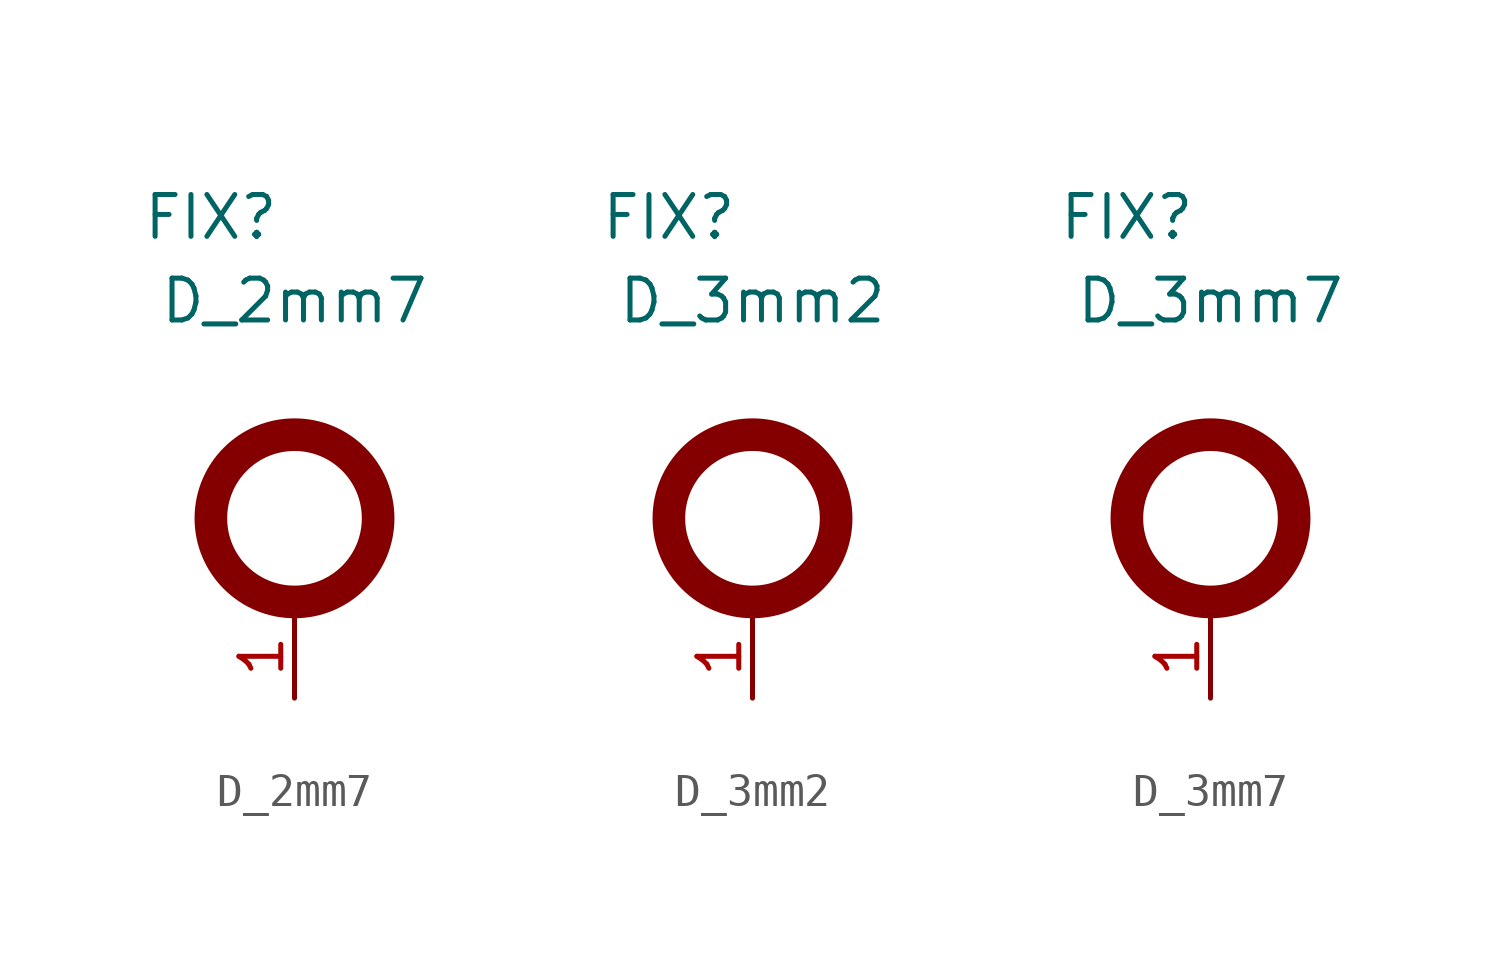
<source format=kicad_sym>
(kicad_symbol_lib
  (version 20211014)
  (generator kicad_symbol_editor)
  (symbol "D_2mm7"
    (pin_names
      (offset 1.016) hide)
    (property "Reference" "FIX"
      (at -2.54 14.605 0)
      (effects (font (size 1.27 1.27))))
    (property "Value" "D_2mm7"
      (at 0 12.065 0)
      (effects (font (size 1.27 1.27))))
    (property "Datasheet" ""
      (at 0 0 0)
      (effects (font (size 1.27 1.27))))
    (symbol "D_2mm7_0_1"
      (circle (center 0 5.461) (radius 2.54) (stroke (width 0.991) (type default) (color 0 0 0 0)) (fill (type none))))
    (symbol "D_2mm7_1_1"
      (pin passive line (at 0 0 90) (length 2.54) (name "1" (effects (font (size 1.27 1.27)))) (number "1" (effects (font (size 1.27 1.27)))))))
  (symbol "D_3mm2"
    (pin_names
      (offset 1.016) hide)
    (property "Reference" "FIX"
      (at -2.54 14.605 0)
      (effects (font (size 1.27 1.27))))
    (property "Value" "D_3mm2"
      (at 0 12.065 0)
      (effects (font (size 1.27 1.27))))
    (property "Datasheet" ""
      (at 0 0 0)
      (effects (font (size 1.27 1.27))))
    (symbol "D_3mm2_0_1"
      (circle (center 0 5.461) (radius 2.54) (stroke (width 0.991) (type default) (color 0 0 0 0)) (fill (type none))))
    (symbol "D_3mm2_1_1"
      (pin passive line (at 0 0 90) (length 2.54) (name "1" (effects (font (size 1.27 1.27)))) (number "1" (effects (font (size 1.27 1.27)))))))
  (symbol "D_3mm7"
    (pin_names
      (offset 1.016) hide)
    (property "Reference" "FIX"
      (at -2.54 14.605 0)
      (effects (font (size 1.27 1.27))))
    (property "Value" "D_3mm7"
      (at 0 12.065 0)
      (effects (font (size 1.27 1.27))))
    (property "Datasheet" ""
      (at 0 0 0)
      (effects (font (size 1.27 1.27))))
    (symbol "D_3mm7_0_1"
      (circle (center 0 5.461) (radius 2.54) (stroke (width 0.991) (type default) (color 0 0 0 0)) (fill (type none))))
    (symbol "D_3mm7_1_1"
      (pin passive line (at 0 0 90) (length 2.54) (name "1" (effects (font (size 1.27 1.27)))) (number "1" (effects (font (size 1.27 1.27))))))))
</source>
